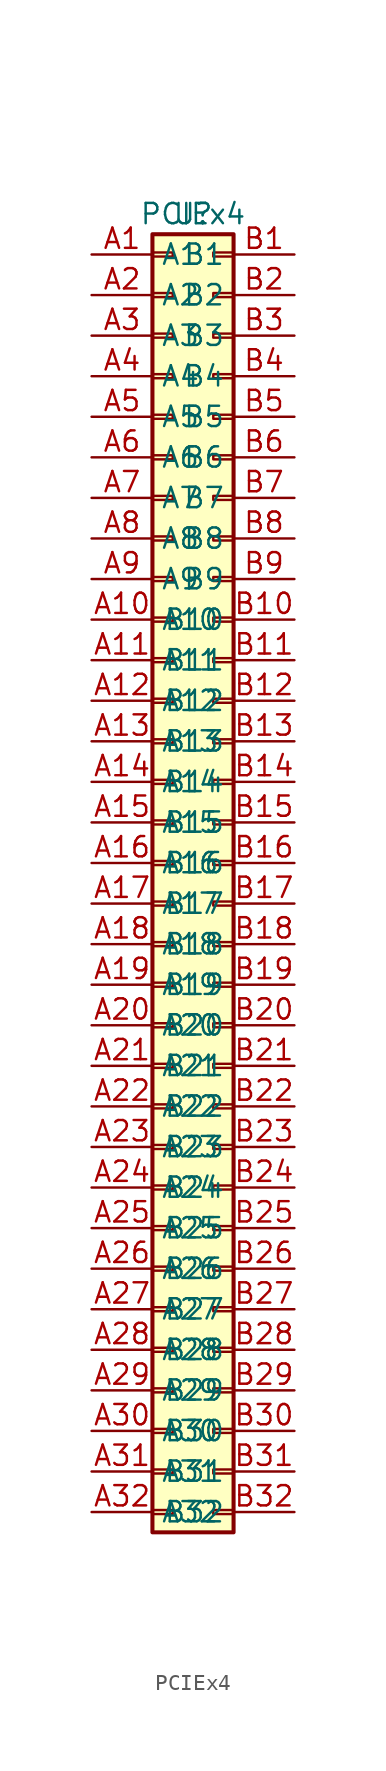
<source format=kicad_sym>
(kicad_symbol_lib
  (version 20231120)
  (generator "kicad_symbol_editor")
  (generator_version "8.0")
  (symbol "PCIEx4"
    (property "Reference" "U"
      (at 0 0 0)
      (effects (font (size 1.27 1.27))))
    (property "Value" "PCIEx4"
      (at 0 0 0)
      (effects (font (size 1.27 1.27))))
    (symbol "PCIEx4_1_1"
      (rectangle (start -2.54 -81.153) (end -1.27 -81.407) (stroke (width 0.152) (type default)) (fill (type none)))
      (rectangle (start -2.54 -78.613) (end -1.27 -78.867) (stroke (width 0.152) (type default)) (fill (type none)))
      (rectangle (start -2.54 -76.073) (end -1.27 -76.327) (stroke (width 0.152) (type default)) (fill (type none)))
      (rectangle (start -2.54 -73.533) (end -1.27 -73.787) (stroke (width 0.152) (type default)) (fill (type none)))
      (rectangle (start -2.54 -70.993) (end -1.27 -71.247) (stroke (width 0.152) (type default)) (fill (type none)))
      (rectangle (start -2.54 -68.453) (end -1.27 -68.707) (stroke (width 0.152) (type default)) (fill (type none)))
      (rectangle (start -2.54 -65.913) (end -1.27 -66.167) (stroke (width 0.152) (type default)) (fill (type none)))
      (rectangle (start -2.54 -63.373) (end -1.27 -63.627) (stroke (width 0.152) (type default)) (fill (type none)))
      (rectangle (start -2.54 -60.833) (end -1.27 -61.087) (stroke (width 0.152) (type default)) (fill (type none)))
      (rectangle (start -2.54 -58.293) (end -1.27 -58.547) (stroke (width 0.152) (type default)) (fill (type none)))
      (rectangle (start -2.54 -55.753) (end -1.27 -56.007) (stroke (width 0.152) (type default)) (fill (type none)))
      (rectangle (start -2.54 -53.213) (end -1.27 -53.467) (stroke (width 0.152) (type default)) (fill (type none)))
      (rectangle (start -2.54 -50.673) (end -1.27 -50.927) (stroke (width 0.152) (type default)) (fill (type none)))
      (rectangle (start -2.54 -48.133) (end -1.27 -48.387) (stroke (width 0.152) (type default)) (fill (type none)))
      (rectangle (start -2.54 -45.593) (end -1.27 -45.847) (stroke (width 0.152) (type default)) (fill (type none)))
      (rectangle (start -2.54 -43.053) (end -1.27 -43.307) (stroke (width 0.152) (type default)) (fill (type none)))
      (rectangle (start -2.54 -40.513) (end -1.27 -40.767) (stroke (width 0.152) (type default)) (fill (type none)))
      (rectangle (start -2.54 -37.973) (end -1.27 -38.227) (stroke (width 0.152) (type default)) (fill (type none)))
      (rectangle (start -2.54 -35.433) (end -1.27 -35.687) (stroke (width 0.152) (type default)) (fill (type none)))
      (rectangle (start -2.54 -32.893) (end -1.27 -33.147) (stroke (width 0.152) (type default)) (fill (type none)))
      (rectangle (start -2.54 -30.353) (end -1.27 -30.607) (stroke (width 0.152) (type default)) (fill (type none)))
      (rectangle (start -2.54 -27.813) (end -1.27 -28.067) (stroke (width 0.152) (type default)) (fill (type none)))
      (rectangle (start -2.54 -25.273) (end -1.27 -25.527) (stroke (width 0.152) (type default)) (fill (type none)))
      (rectangle (start -2.54 -22.733) (end -1.27 -22.987) (stroke (width 0.152) (type default)) (fill (type none)))
      (rectangle (start -2.54 -20.193) (end -1.27 -20.447) (stroke (width 0.152) (type default)) (fill (type none)))
      (rectangle (start -2.54 -17.653) (end -1.27 -17.907) (stroke (width 0.152) (type default)) (fill (type none)))
      (rectangle (start -2.54 -15.113) (end -1.27 -15.367) (stroke (width 0.152) (type default)) (fill (type none)))
      (rectangle (start -2.54 -12.573) (end -1.27 -12.827) (stroke (width 0.152) (type default)) (fill (type none)))
      (rectangle (start -2.54 -10.033) (end -1.27 -10.287) (stroke (width 0.152) (type default)) (fill (type none)))
      (rectangle (start -2.54 -7.493) (end -1.27 -7.747) (stroke (width 0.152) (type default)) (fill (type none)))
      (rectangle (start -2.54 -4.953) (end -1.27 -5.207) (stroke (width 0.152) (type default)) (fill (type none)))
      (rectangle (start -2.54 -2.413) (end -1.27 -2.667) (stroke (width 0.152) (type default)) (fill (type none)))
      (rectangle (start -2.54 -1.27) (end 2.54 -82.55) (stroke (width 0.254) (type default)) (fill (type background)))
      (rectangle (start 2.54 -81.153) (end 1.27 -81.407) (stroke (width 0.152) (type default)) (fill (type none)))
      (rectangle (start 2.54 -78.613) (end 1.27 -78.867) (stroke (width 0.152) (type default)) (fill (type none)))
      (rectangle (start 2.54 -76.073) (end 1.27 -76.327) (stroke (width 0.152) (type default)) (fill (type none)))
      (rectangle (start 2.54 -73.533) (end 1.27 -73.787) (stroke (width 0.152) (type default)) (fill (type none)))
      (rectangle (start 2.54 -70.993) (end 1.27 -71.247) (stroke (width 0.152) (type default)) (fill (type none)))
      (rectangle (start 2.54 -68.453) (end 1.27 -68.707) (stroke (width 0.152) (type default)) (fill (type none)))
      (rectangle (start 2.54 -65.913) (end 1.27 -66.167) (stroke (width 0.152) (type default)) (fill (type none)))
      (rectangle (start 2.54 -63.373) (end 1.27 -63.627) (stroke (width 0.152) (type default)) (fill (type none)))
      (rectangle (start 2.54 -60.833) (end 1.27 -61.087) (stroke (width 0.152) (type default)) (fill (type none)))
      (rectangle (start 2.54 -58.293) (end 1.27 -58.547) (stroke (width 0.152) (type default)) (fill (type none)))
      (rectangle (start 2.54 -55.753) (end 1.27 -56.007) (stroke (width 0.152) (type default)) (fill (type none)))
      (rectangle (start 2.54 -53.213) (end 1.27 -53.467) (stroke (width 0.152) (type default)) (fill (type none)))
      (rectangle (start 2.54 -50.673) (end 1.27 -50.927) (stroke (width 0.152) (type default)) (fill (type none)))
      (rectangle (start 2.54 -48.133) (end 1.27 -48.387) (stroke (width 0.152) (type default)) (fill (type none)))
      (rectangle (start 2.54 -45.593) (end 1.27 -45.847) (stroke (width 0.152) (type default)) (fill (type none)))
      (rectangle (start 2.54 -43.053) (end 1.27 -43.307) (stroke (width 0.152) (type default)) (fill (type none)))
      (rectangle (start 2.54 -40.513) (end 1.27 -40.767) (stroke (width 0.152) (type default)) (fill (type none)))
      (rectangle (start 2.54 -37.973) (end 1.27 -38.227) (stroke (width 0.152) (type default)) (fill (type none)))
      (rectangle (start 2.54 -35.433) (end 1.27 -35.687) (stroke (width 0.152) (type default)) (fill (type none)))
      (rectangle (start 2.54 -32.893) (end 1.27 -33.147) (stroke (width 0.152) (type default)) (fill (type none)))
      (rectangle (start 2.54 -30.353) (end 1.27 -30.607) (stroke (width 0.152) (type default)) (fill (type none)))
      (rectangle (start 2.54 -27.813) (end 1.27 -28.067) (stroke (width 0.152) (type default)) (fill (type none)))
      (rectangle (start 2.54 -25.273) (end 1.27 -25.527) (stroke (width 0.152) (type default)) (fill (type none)))
      (rectangle (start 2.54 -22.733) (end 1.27 -22.987) (stroke (width 0.152) (type default)) (fill (type none)))
      (rectangle (start 2.54 -20.193) (end 1.27 -20.447) (stroke (width 0.152) (type default)) (fill (type none)))
      (rectangle (start 2.54 -17.653) (end 1.27 -17.907) (stroke (width 0.152) (type default)) (fill (type none)))
      (rectangle (start 2.54 -15.113) (end 1.27 -15.367) (stroke (width 0.152) (type default)) (fill (type none)))
      (rectangle (start 2.54 -12.573) (end 1.27 -12.827) (stroke (width 0.152) (type default)) (fill (type none)))
      (rectangle (start 2.54 -10.033) (end 1.27 -10.287) (stroke (width 0.152) (type default)) (fill (type none)))
      (rectangle (start 2.54 -7.493) (end 1.27 -7.747) (stroke (width 0.152) (type default)) (fill (type none)))
      (rectangle (start 2.54 -4.953) (end 1.27 -5.207) (stroke (width 0.152) (type default)) (fill (type none)))
      (rectangle (start 2.54 -2.413) (end 1.27 -2.667) (stroke (width 0.152) (type default)) (fill (type none)))
      (pin passive line (at -6.35 -2.54 0) (length 3.81) (name "A1" (effects (font (size 1.27 1.27)))) (number "A1" (effects (font (size 1.27 1.27)))))
      (pin passive line (at -6.35 -25.4 0) (length 3.81) (name "A10" (effects (font (size 1.27 1.27)))) (number "A10" (effects (font (size 1.27 1.27)))))
      (pin passive line (at -6.35 -27.94 0) (length 3.81) (name "A11" (effects (font (size 1.27 1.27)))) (number "A11" (effects (font (size 1.27 1.27)))))
      (pin passive line (at -6.35 -30.48 0) (length 3.81) (name "A12" (effects (font (size 1.27 1.27)))) (number "A12" (effects (font (size 1.27 1.27)))))
      (pin passive line (at -6.35 -33.02 0) (length 3.81) (name "A13" (effects (font (size 1.27 1.27)))) (number "A13" (effects (font (size 1.27 1.27)))))
      (pin passive line (at -6.35 -35.56 0) (length 3.81) (name "A14" (effects (font (size 1.27 1.27)))) (number "A14" (effects (font (size 1.27 1.27)))))
      (pin passive line (at -6.35 -38.1 0) (length 3.81) (name "A15" (effects (font (size 1.27 1.27)))) (number "A15" (effects (font (size 1.27 1.27)))))
      (pin passive line (at -6.35 -40.64 0) (length 3.81) (name "A16" (effects (font (size 1.27 1.27)))) (number "A16" (effects (font (size 1.27 1.27)))))
      (pin passive line (at -6.35 -43.18 0) (length 3.81) (name "A17" (effects (font (size 1.27 1.27)))) (number "A17" (effects (font (size 1.27 1.27)))))
      (pin passive line (at -6.35 -45.72 0) (length 3.81) (name "A18" (effects (font (size 1.27 1.27)))) (number "A18" (effects (font (size 1.27 1.27)))))
      (pin passive line (at -6.35 -48.26 0) (length 3.81) (name "A19" (effects (font (size 1.27 1.27)))) (number "A19" (effects (font (size 1.27 1.27)))))
      (pin passive line (at -6.35 -5.08 0) (length 3.81) (name "A2" (effects (font (size 1.27 1.27)))) (number "A2" (effects (font (size 1.27 1.27)))))
      (pin passive line (at -6.35 -50.8 0) (length 3.81) (name "A20" (effects (font (size 1.27 1.27)))) (number "A20" (effects (font (size 1.27 1.27)))))
      (pin passive line (at -6.35 -53.34 0) (length 3.81) (name "A21" (effects (font (size 1.27 1.27)))) (number "A21" (effects (font (size 1.27 1.27)))))
      (pin passive line (at -6.35 -55.88 0) (length 3.81) (name "A22" (effects (font (size 1.27 1.27)))) (number "A22" (effects (font (size 1.27 1.27)))))
      (pin passive line (at -6.35 -58.42 0) (length 3.81) (name "A23" (effects (font (size 1.27 1.27)))) (number "A23" (effects (font (size 1.27 1.27)))))
      (pin passive line (at -6.35 -60.96 0) (length 3.81) (name "A24" (effects (font (size 1.27 1.27)))) (number "A24" (effects (font (size 1.27 1.27)))))
      (pin passive line (at -6.35 -63.5 0) (length 3.81) (name "A25" (effects (font (size 1.27 1.27)))) (number "A25" (effects (font (size 1.27 1.27)))))
      (pin passive line (at -6.35 -66.04 0) (length 3.81) (name "A26" (effects (font (size 1.27 1.27)))) (number "A26" (effects (font (size 1.27 1.27)))))
      (pin passive line (at -6.35 -68.58 0) (length 3.81) (name "A27" (effects (font (size 1.27 1.27)))) (number "A27" (effects (font (size 1.27 1.27)))))
      (pin passive line (at -6.35 -71.12 0) (length 3.81) (name "A28" (effects (font (size 1.27 1.27)))) (number "A28" (effects (font (size 1.27 1.27)))))
      (pin passive line (at -6.35 -73.66 0) (length 3.81) (name "A29" (effects (font (size 1.27 1.27)))) (number "A29" (effects (font (size 1.27 1.27)))))
      (pin passive line (at -6.35 -7.62 0) (length 3.81) (name "A3" (effects (font (size 1.27 1.27)))) (number "A3" (effects (font (size 1.27 1.27)))))
      (pin passive line (at -6.35 -76.2 0) (length 3.81) (name "A30" (effects (font (size 1.27 1.27)))) (number "A30" (effects (font (size 1.27 1.27)))))
      (pin passive line (at -6.35 -78.74 0) (length 3.81) (name "A31" (effects (font (size 1.27 1.27)))) (number "A31" (effects (font (size 1.27 1.27)))))
      (pin passive line (at -6.35 -81.28 0) (length 3.81) (name "A32" (effects (font (size 1.27 1.27)))) (number "A32" (effects (font (size 1.27 1.27)))))
      (pin passive line (at -6.35 -10.16 0) (length 3.81) (name "A4" (effects (font (size 1.27 1.27)))) (number "A4" (effects (font (size 1.27 1.27)))))
      (pin passive line (at -6.35 -12.7 0) (length 3.81) (name "A5" (effects (font (size 1.27 1.27)))) (number "A5" (effects (font (size 1.27 1.27)))))
      (pin passive line (at -6.35 -15.24 0) (length 3.81) (name "A6" (effects (font (size 1.27 1.27)))) (number "A6" (effects (font (size 1.27 1.27)))))
      (pin passive line (at -6.35 -17.78 0) (length 3.81) (name "A7" (effects (font (size 1.27 1.27)))) (number "A7" (effects (font (size 1.27 1.27)))))
      (pin passive line (at -6.35 -20.32 0) (length 3.81) (name "A8" (effects (font (size 1.27 1.27)))) (number "A8" (effects (font (size 1.27 1.27)))))
      (pin passive line (at -6.35 -22.86 0) (length 3.81) (name "A9" (effects (font (size 1.27 1.27)))) (number "A9" (effects (font (size 1.27 1.27)))))
      (pin passive line (at 6.35 -2.54 180) (length 3.81) (name "B1" (effects (font (size 1.27 1.27)))) (number "B1" (effects (font (size 1.27 1.27)))))
      (pin passive line (at 6.35 -25.4 180) (length 3.81) (name "B10" (effects (font (size 1.27 1.27)))) (number "B10" (effects (font (size 1.27 1.27)))))
      (pin passive line (at 6.35 -27.94 180) (length 3.81) (name "B11" (effects (font (size 1.27 1.27)))) (number "B11" (effects (font (size 1.27 1.27)))))
      (pin passive line (at 6.35 -30.48 180) (length 3.81) (name "B12" (effects (font (size 1.27 1.27)))) (number "B12" (effects (font (size 1.27 1.27)))))
      (pin passive line (at 6.35 -33.02 180) (length 3.81) (name "B13" (effects (font (size 1.27 1.27)))) (number "B13" (effects (font (size 1.27 1.27)))))
      (pin passive line (at 6.35 -35.56 180) (length 3.81) (name "B14" (effects (font (size 1.27 1.27)))) (number "B14" (effects (font (size 1.27 1.27)))))
      (pin passive line (at 6.35 -38.1 180) (length 3.81) (name "B15" (effects (font (size 1.27 1.27)))) (number "B15" (effects (font (size 1.27 1.27)))))
      (pin passive line (at 6.35 -40.64 180) (length 3.81) (name "B16" (effects (font (size 1.27 1.27)))) (number "B16" (effects (font (size 1.27 1.27)))))
      (pin passive line (at 6.35 -43.18 180) (length 3.81) (name "B17" (effects (font (size 1.27 1.27)))) (number "B17" (effects (font (size 1.27 1.27)))))
      (pin passive line (at 6.35 -45.72 180) (length 3.81) (name "B18" (effects (font (size 1.27 1.27)))) (number "B18" (effects (font (size 1.27 1.27)))))
      (pin passive line (at 6.35 -48.26 180) (length 3.81) (name "B19" (effects (font (size 1.27 1.27)))) (number "B19" (effects (font (size 1.27 1.27)))))
      (pin passive line (at 6.35 -5.08 180) (length 3.81) (name "B2" (effects (font (size 1.27 1.27)))) (number "B2" (effects (font (size 1.27 1.27)))))
      (pin passive line (at 6.35 -50.8 180) (length 3.81) (name "B20" (effects (font (size 1.27 1.27)))) (number "B20" (effects (font (size 1.27 1.27)))))
      (pin passive line (at 6.35 -53.34 180) (length 3.81) (name "B21" (effects (font (size 1.27 1.27)))) (number "B21" (effects (font (size 1.27 1.27)))))
      (pin passive line (at 6.35 -55.88 180) (length 3.81) (name "B22" (effects (font (size 1.27 1.27)))) (number "B22" (effects (font (size 1.27 1.27)))))
      (pin passive line (at 6.35 -58.42 180) (length 3.81) (name "B23" (effects (font (size 1.27 1.27)))) (number "B23" (effects (font (size 1.27 1.27)))))
      (pin passive line (at 6.35 -60.96 180) (length 3.81) (name "B24" (effects (font (size 1.27 1.27)))) (number "B24" (effects (font (size 1.27 1.27)))))
      (pin passive line (at 6.35 -63.5 180) (length 3.81) (name "B25" (effects (font (size 1.27 1.27)))) (number "B25" (effects (font (size 1.27 1.27)))))
      (pin passive line (at 6.35 -66.04 180) (length 3.81) (name "B26" (effects (font (size 1.27 1.27)))) (number "B26" (effects (font (size 1.27 1.27)))))
      (pin passive line (at 6.35 -68.58 180) (length 3.81) (name "B27" (effects (font (size 1.27 1.27)))) (number "B27" (effects (font (size 1.27 1.27)))))
      (pin passive line (at 6.35 -71.12 180) (length 3.81) (name "B28" (effects (font (size 1.27 1.27)))) (number "B28" (effects (font (size 1.27 1.27)))))
      (pin passive line (at 6.35 -73.66 180) (length 3.81) (name "B29" (effects (font (size 1.27 1.27)))) (number "B29" (effects (font (size 1.27 1.27)))))
      (pin passive line (at 6.35 -7.62 180) (length 3.81) (name "B3" (effects (font (size 1.27 1.27)))) (number "B3" (effects (font (size 1.27 1.27)))))
      (pin passive line (at 6.35 -76.2 180) (length 3.81) (name "B30" (effects (font (size 1.27 1.27)))) (number "B30" (effects (font (size 1.27 1.27)))))
      (pin passive line (at 6.35 -78.74 180) (length 3.81) (name "B31" (effects (font (size 1.27 1.27)))) (number "B31" (effects (font (size 1.27 1.27)))))
      (pin passive line (at 6.35 -81.28 180) (length 3.81) (name "B32" (effects (font (size 1.27 1.27)))) (number "B32" (effects (font (size 1.27 1.27)))))
      (pin passive line (at 6.35 -10.16 180) (length 3.81) (name "B4" (effects (font (size 1.27 1.27)))) (number "B4" (effects (font (size 1.27 1.27)))))
      (pin passive line (at 6.35 -12.7 180) (length 3.81) (name "B5" (effects (font (size 1.27 1.27)))) (number "B5" (effects (font (size 1.27 1.27)))))
      (pin passive line (at 6.35 -15.24 180) (length 3.81) (name "B6" (effects (font (size 1.27 1.27)))) (number "B6" (effects (font (size 1.27 1.27)))))
      (pin passive line (at 6.35 -17.78 180) (length 3.81) (name "B7" (effects (font (size 1.27 1.27)))) (number "B7" (effects (font (size 1.27 1.27)))))
      (pin passive line (at 6.35 -20.32 180) (length 3.81) (name "B8" (effects (font (size 1.27 1.27)))) (number "B8" (effects (font (size 1.27 1.27)))))
      (pin passive line (at 6.35 -22.86 180) (length 3.81) (name "B9" (effects (font (size 1.27 1.27)))) (number "B9" (effects (font (size 1.27 1.27))))))))
</source>
